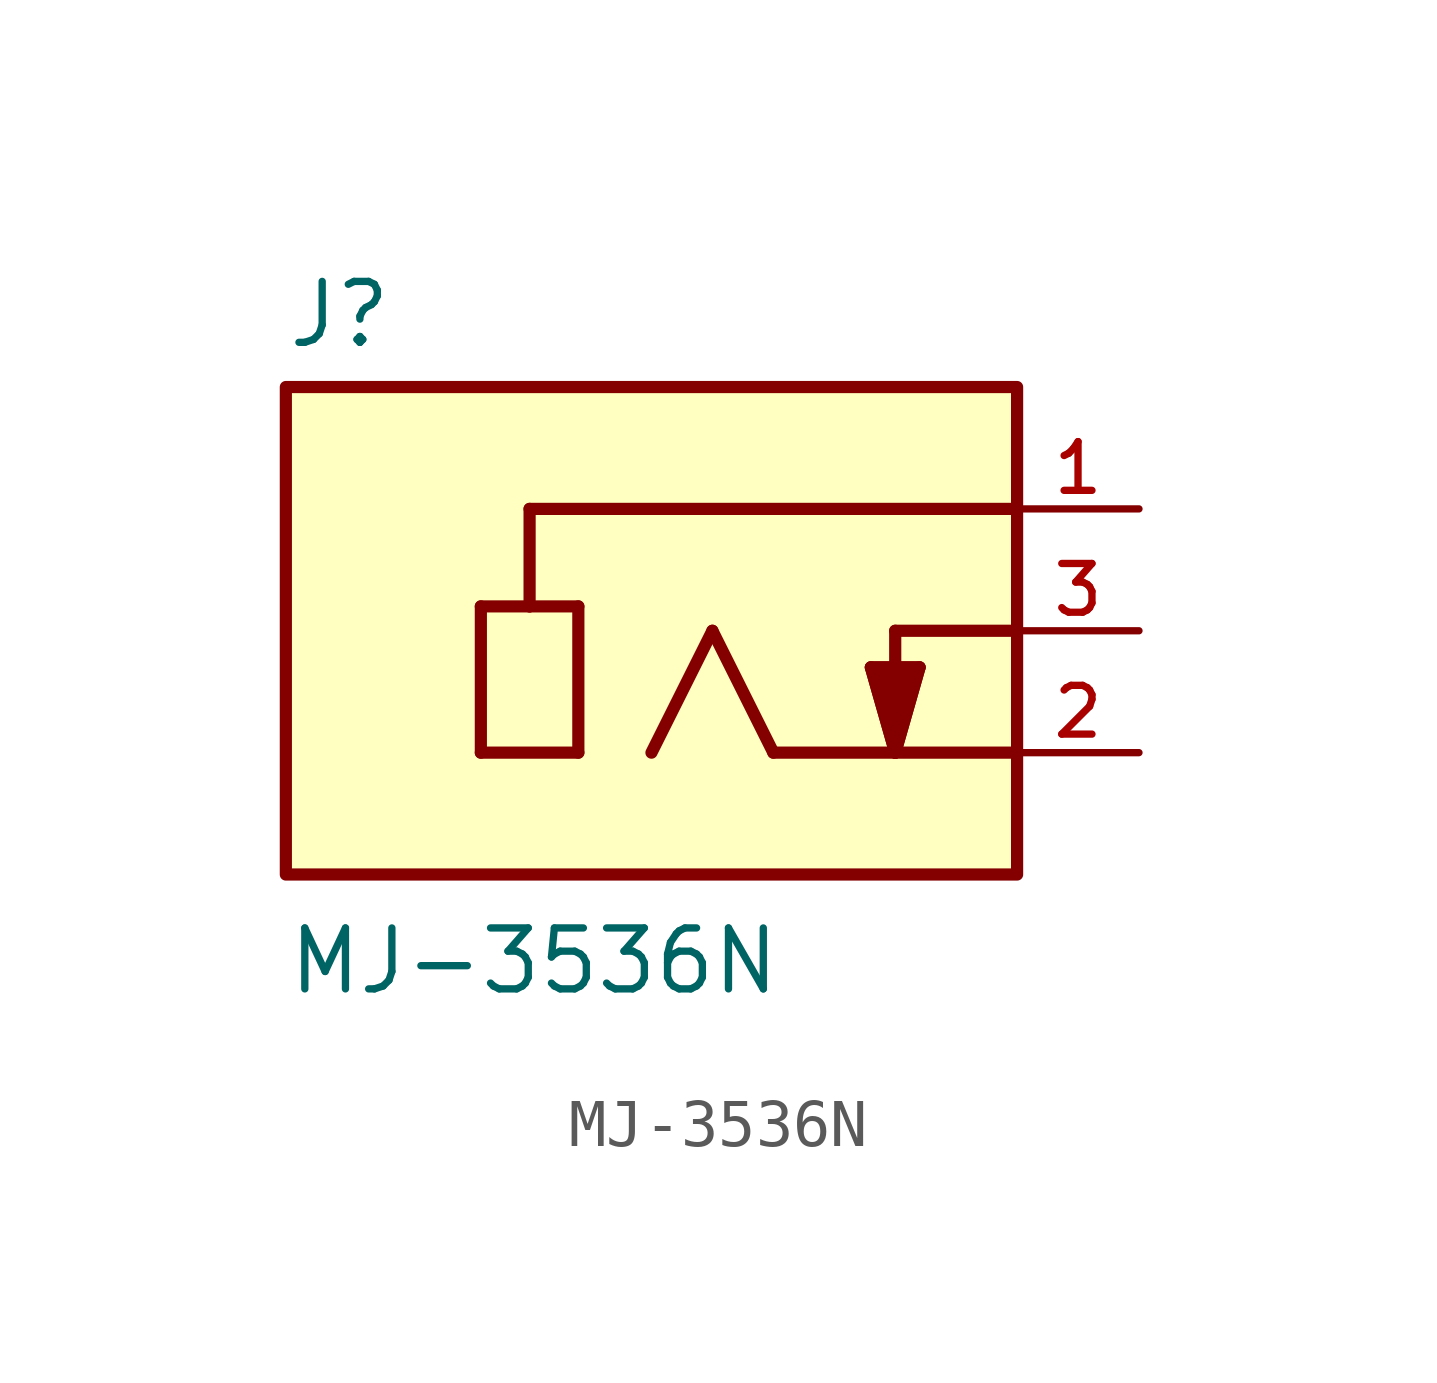
<source format=kicad_sym>
(kicad_symbol_lib
  (version 20211014)
  (generator kicad_symbol_editor)
  (symbol "MJ-3536N"
    (pin_names
      (offset 1.016))
    (property "Reference" "J"
      (at -7.628 5.848 0)
      (effects (font (size 1.27 1.27)) (justify bottom left)))
    (property "Value" "MJ-3536N"
      (at -7.627 -7.627 0)
      (effects (font (size 1.27 1.27)) (justify bottom left)))
    (symbol "MJ-3536N_0_0"
      (polyline (pts (xy -3.556 0.508) (xy -3.556 -2.54)) (stroke (width 0.254)))
      (polyline (pts (xy -3.556 -2.54) (xy -1.524 -2.54)) (stroke (width 0.254)))
      (polyline (pts (xy -1.524 -2.54) (xy -1.524 0.508)) (stroke (width 0.254)))
      (polyline (pts (xy -1.524 0.508) (xy -2.54 0.508)) (stroke (width 0.254)))
      (polyline (pts (xy -2.54 0.508) (xy -3.556 0.508)) (stroke (width 0.254)))
      (polyline (pts (xy -2.54 0.508) (xy -2.54 2.54)) (stroke (width 0.254)))
      (polyline (pts (xy -2.54 2.54) (xy 7.62 2.54)) (stroke (width 0.254)))
      (polyline (pts (xy 0.0 -2.54) (xy 1.27 0.0)) (stroke (width 0.254)))
      (polyline (pts (xy 1.27 0.0) (xy 2.54 -2.54)) (stroke (width 0.254)))
      (polyline (pts (xy 2.54 -2.54) (xy 5.08 -2.54)) (stroke (width 0.254)))
      (polyline (pts (xy 5.08 -2.54) (xy 7.62 -2.54)) (stroke (width 0.254)))
      (polyline (pts (xy 4.572 -0.762) (xy 5.08 -2.54)) (stroke (width 0.254)))
      (polyline (pts (xy 5.08 -2.54) (xy 5.588 -0.762)) (stroke (width 0.254)))
      (polyline (pts (xy 5.588 -0.762) (xy 5.08 -0.762)) (stroke (width 0.254)))
      (polyline (pts (xy 5.588 -0.762) (xy 4.572 -0.762) (xy 5.08 -2.54) (xy 5.588 -0.762)) (stroke (width 0.254)) (fill (type outline)))
      (polyline (pts (xy 5.08 -0.762) (xy 4.572 -0.762)) (stroke (width 0.254)))
      (polyline (pts (xy 7.62 0.0) (xy 5.08 0.0)) (stroke (width 0.254)))
      (polyline (pts (xy 5.08 0.0) (xy 5.08 -0.762)) (stroke (width 0.254)))
      (rectangle (start -7.62 -5.08) (end 7.62 5.08) (stroke (width 0.254)) (fill (type background)))
      (pin passive line (at 10.16 2.54 180.0) (length 2.54) (name "~" (effects (font (size 1.016 1.016)))) (number "1" (effects (font (size 1.016 1.016)))))
      (pin passive line (at 10.16 -2.54 180.0) (length 2.54) (name "~" (effects (font (size 1.016 1.016)))) (number "2" (effects (font (size 1.016 1.016)))))
      (pin passive line (at 10.16 0.0 180.0) (length 2.54) (name "~" (effects (font (size 1.016 1.016)))) (number "3" (effects (font (size 1.016 1.016))))))))
</source>
